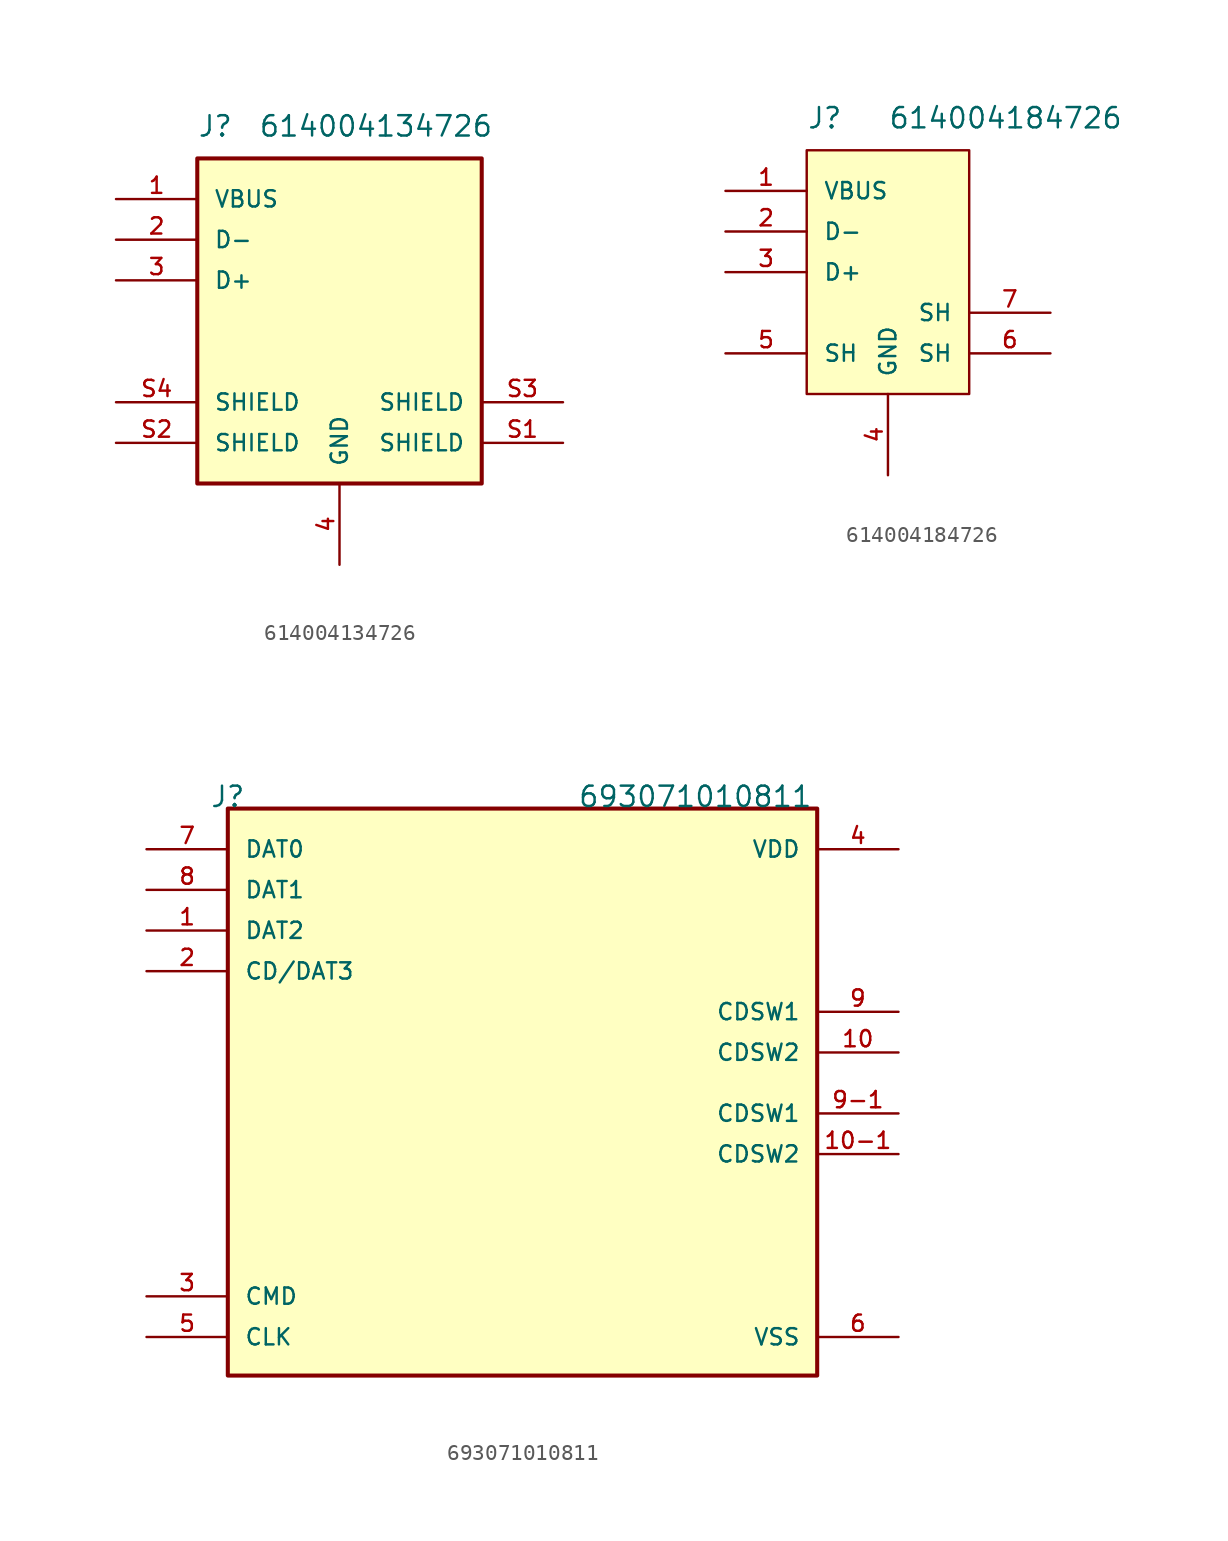
<source format=kicad_sym>
(kicad_symbol_lib
  (version 20220914)
  (generator kicad_symbol_editor)
  (symbol "614004134726"
    (pin_names
      (offset 1.016))
    (property "Reference" "J"
      (at -8.89 11.43 0)
      (effects (font (size 1.27 1.27)) (justify left bottom)))
    (property "Value" "614004134726"
      (at -5.08 11.43 0)
      (effects (font (size 1.27 1.27)) (justify left bottom)))
    (symbol "614004134726_0_0"
      (rectangle (start -8.89 10.16) (end 8.89 -10.16) (stroke (width 0.254) (type default)) (fill (type background)))
      (pin passive line (at -13.97 7.62 0) (length 5.08) (name "VBUS" (effects (font (size 1.016 1.016)))) (number "1" (effects (font (size 1.016 1.016)))))
      (pin passive line (at -13.97 5.08 0) (length 5.08) (name "D-" (effects (font (size 1.016 1.016)))) (number "2" (effects (font (size 1.016 1.016)))))
      (pin passive line (at -13.97 2.54 0) (length 5.08) (name "D+" (effects (font (size 1.016 1.016)))) (number "3" (effects (font (size 1.016 1.016)))))
      (pin passive line (at 0 -15.24 90) (length 5.08) (name "GND" (effects (font (size 1.016 1.016)))) (number "4" (effects (font (size 1.016 1.016)))))
      (pin passive line (at 13.97 -7.62 180) (length 5.08) (name "SHIELD" (effects (font (size 1.016 1.016)))) (number "S1" (effects (font (size 1.016 1.016)))))
      (pin passive line (at -13.97 -7.62 0) (length 5.08) (name "SHIELD" (effects (font (size 1.016 1.016)))) (number "S2" (effects (font (size 1.016 1.016)))))
      (pin passive line (at 13.97 -5.08 180) (length 5.08) (name "SHIELD" (effects (font (size 1.016 1.016)))) (number "S3" (effects (font (size 1.016 1.016)))))
      (pin passive line (at -13.97 -5.08 0) (length 5.08) (name "SHIELD" (effects (font (size 1.016 1.016)))) (number "S4" (effects (font (size 1.016 1.016)))))))
  (symbol "614004184726"
    (pin_names
      (offset 1.016))
    (property "Reference" "J"
      (at -5.08 8.89 0)
      (effects (font (size 1.27 1.27)) (justify left bottom)))
    (property "Value" "614004184726"
      (at 0 8.89 0)
      (effects (font (size 1.27 1.27)) (justify left bottom)))
    (symbol "614004184726_0_0"
      (rectangle (start -5.08 7.62) (end 5.08 -7.62) (stroke (width 0.152) (type default)) (fill (type background)))
      (pin passive line (at -10.16 5.08 0) (length 5.08) (name "VBUS" (effects (font (size 1.016 1.016)))) (number "1" (effects (font (size 1.016 1.016)))))
      (pin passive line (at -10.16 2.54 0) (length 5.08) (name "D-" (effects (font (size 1.016 1.016)))) (number "2" (effects (font (size 1.016 1.016)))))
      (pin passive line (at -10.16 0 0) (length 5.08) (name "D+" (effects (font (size 1.016 1.016)))) (number "3" (effects (font (size 1.016 1.016)))))
      (pin passive line (at 0 -12.7 90) (length 5.08) (name "GND" (effects (font (size 1.016 1.016)))) (number "4" (effects (font (size 1.016 1.016)))))
      (pin passive line (at -10.16 -5.08 0) (length 5.08) (name "SH" (effects (font (size 1.016 1.016)))) (number "5" (effects (font (size 1.016 1.016)))))
      (pin passive line (at 10.16 -5.08 180) (length 5.08) (name "SH" (effects (font (size 1.016 1.016)))) (number "6" (effects (font (size 1.016 1.016)))))
      (pin passive line (at 10.16 -2.54 180) (length 5.08) (name "SH" (effects (font (size 1.016 1.016)))) (number "7" (effects (font (size 1.016 1.016)))))))
  (symbol "693071010811"
    (pin_names
      (offset 1.016))
    (property "Reference" "J"
      (at -17.78 16.51 0)
      (effects (font (size 1.27 1.27)) (justify bottom)))
    (property "Value" "693071010811"
      (at 11.43 16.51 0)
      (effects (font (size 1.27 1.27)) (justify bottom)))
    (symbol "693071010811_0_0"
      (rectangle (start -17.78 16.51) (end 19.05 -18.919) (stroke (width 0.254) (type default)) (fill (type background)))
      (pin bidirectional line (at -22.86 8.89 0) (length 5.08) (name "DAT2" (effects (font (size 1.016 1.016)))) (number "1" (effects (font (size 1.016 1.016)))))
      (pin bidirectional line (at -22.86 6.35 0) (length 5.08) (name "CD/DAT3" (effects (font (size 1.016 1.016)))) (number "2" (effects (font (size 1.016 1.016)))))
      (pin bidirectional line (at -22.86 -13.97 0) (length 5.08) (name "CMD" (effects (font (size 1.016 1.016)))) (number "3" (effects (font (size 1.016 1.016)))))
      (pin bidirectional line (at -22.86 -16.51 0) (length 5.08) (name "CLK" (effects (font (size 1.016 1.016)))) (number "5" (effects (font (size 1.016 1.016)))))
      (pin bidirectional line (at -22.86 13.97 0) (length 5.08) (name "DAT0" (effects (font (size 1.016 1.016)))) (number "7" (effects (font (size 1.016 1.016)))))
      (pin bidirectional line (at -22.86 11.43 0) (length 5.08) (name "DAT1" (effects (font (size 1.016 1.016)))) (number "8" (effects (font (size 1.016 1.016))))))
    (symbol "693071010811_1_0"
      (pin passive line (at 24.13 1.27 180) (length 5.08) (name "CDSW2" (effects (font (size 1.016 1.016)))) (number "10" (effects (font (size 1.016 1.016)))))
      (pin passive line (at 24.13 -5.08 180) (length 5.08) (name "CDSW2" (effects (font (size 1.016 1.016)))) (number "10-1" (effects (font (size 1.016 1.016)))))
      (pin power_in line (at 24.13 13.97 180) (length 5.08) (name "VDD" (effects (font (size 1.016 1.016)))) (number "4" (effects (font (size 1.016 1.016)))))
      (pin power_in line (at 24.13 -16.51 180) (length 5.08) (name "VSS" (effects (font (size 1.016 1.016)))) (number "6" (effects (font (size 1.016 1.016)))))
      (pin passive line (at 24.13 3.81 180) (length 5.08) (name "CDSW1" (effects (font (size 1.016 1.016)))) (number "9" (effects (font (size 1.016 1.016)))))
      (pin passive line (at 24.13 -2.54 180) (length 5.08) (name "CDSW1" (effects (font (size 1.016 1.016)))) (number "9-1" (effects (font (size 1.016 1.016))))))))
</source>
